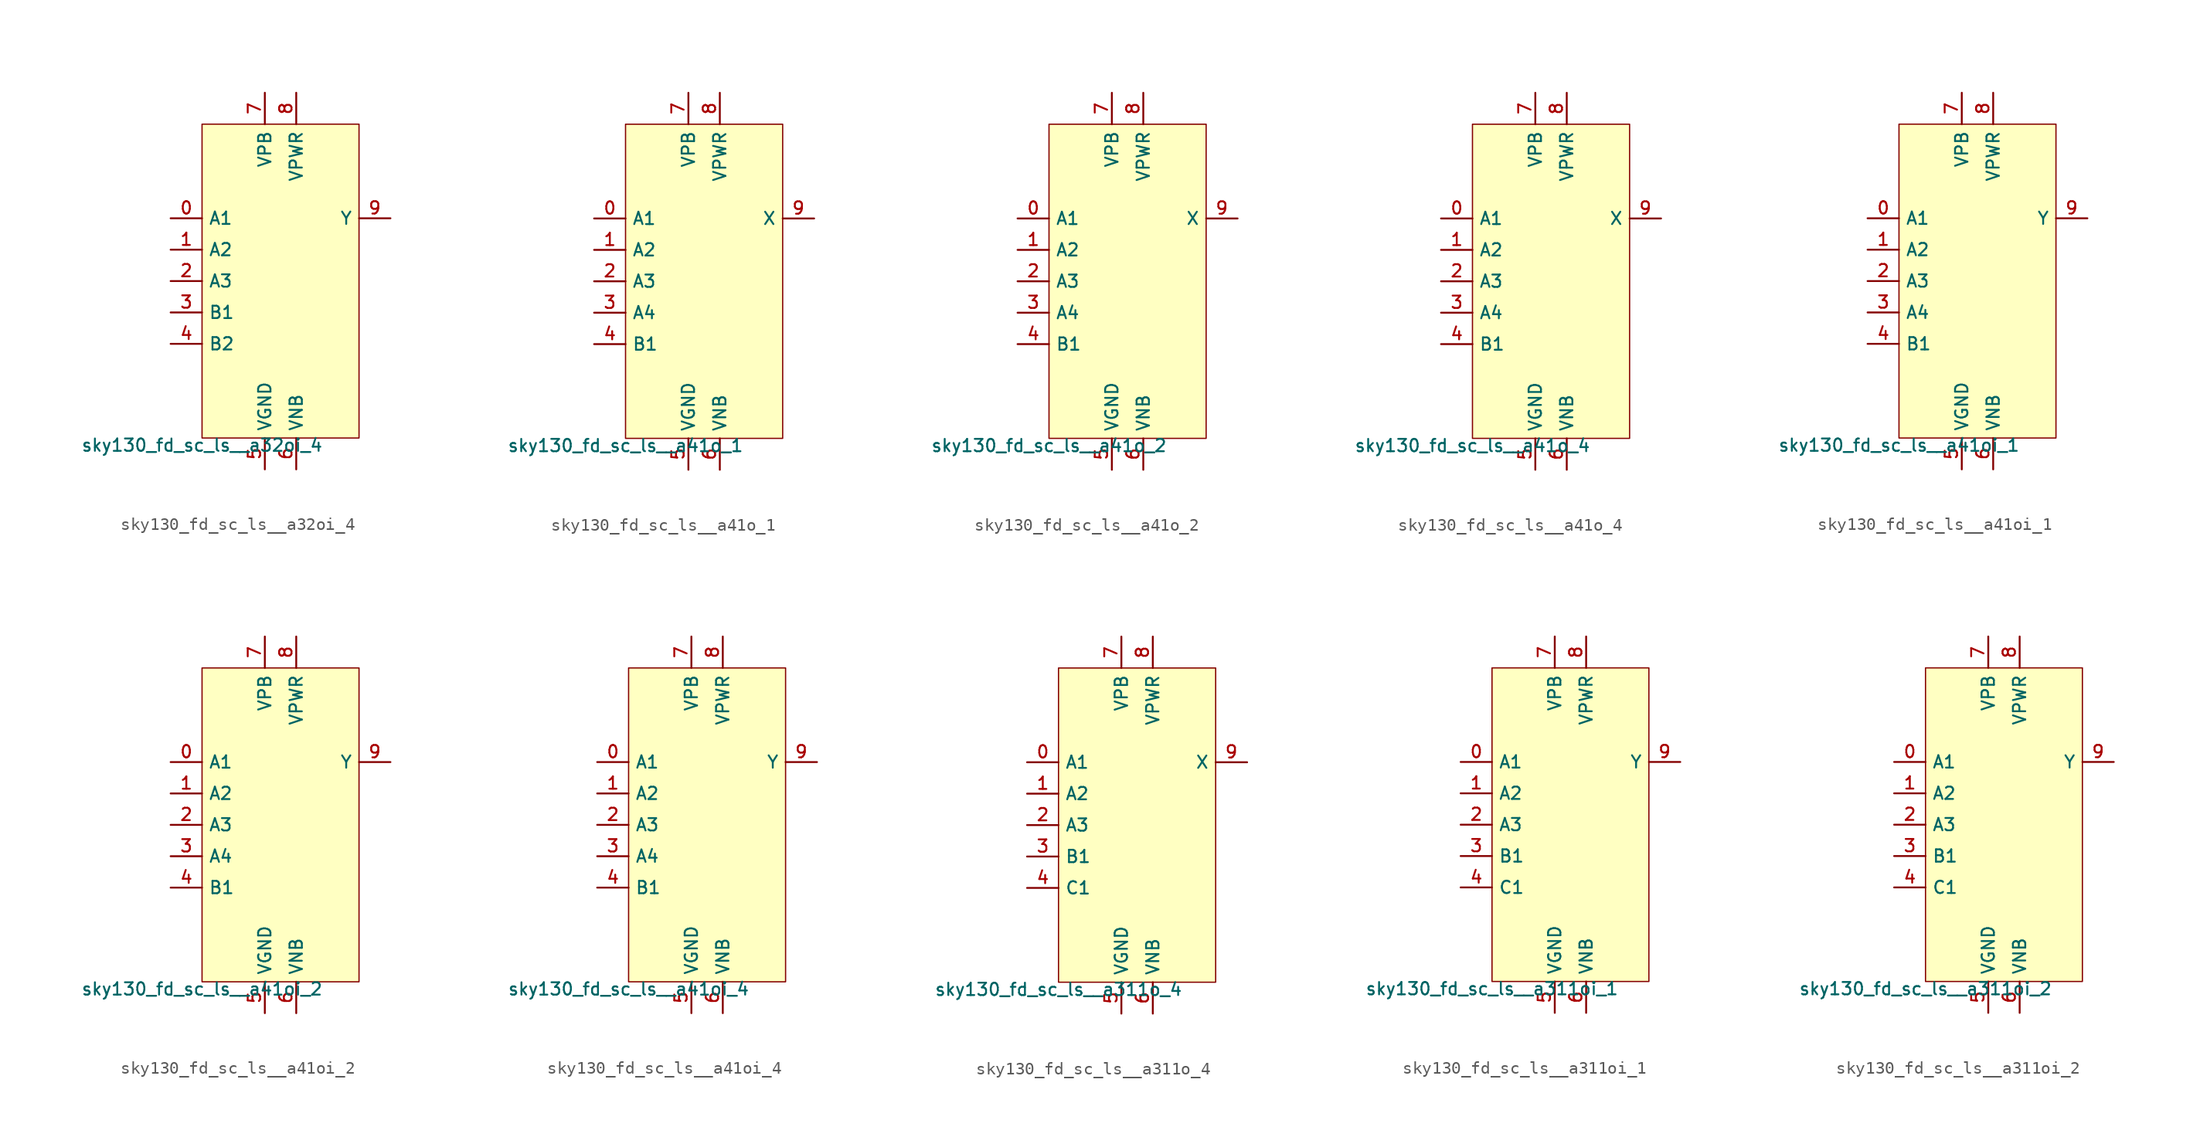
<source format=kicad_sym>
(kicad_symbol_lib
  (version 20211014)
  (generator lef2kicad_sym)
  (symbol "sky130_fd_sc_ls__a32oi_4"
    (property "Reference" "X"
      (at 0 0 0)
      (effects (font (size 1 1)) hide))
    (property "Value" "sky130_fd_sc_ls__a32oi_4"
      (at -6.35 -12.7 0)
      (effects (font (size 1 1)) (justify top)))
    (rectangle
      (start -6.35 -12.7)
      (end 6.35 12.7)
      (stroke (width 0.1) (type solid) (color 0 0 0 0))
      (fill (type background)))
    (pin input line
      (at -8.89 5.08 0)
      (length 2.54)
      (name "A1" (effects (font (size 1 1)) hide))
      (number "0" (effects (font (size 1 1)) hide)))
    (pin input line
      (at -8.89 2.54 0)
      (length 2.54)
      (name "A2" (effects (font (size 1 1)) hide))
      (number "1" (effects (font (size 1 1)) hide)))
    (pin input line
      (at -8.89 -8.881784197001252e-16 0)
      (length 2.54)
      (name "A3" (effects (font (size 1 1)) hide))
      (number "2" (effects (font (size 1 1)) hide)))
    (pin input line
      (at -8.89 -2.54 0)
      (length 2.54)
      (name "B1" (effects (font (size 1 1)) hide))
      (number "3" (effects (font (size 1 1)) hide)))
    (pin input line
      (at -8.89 -5.08 0)
      (length 2.54)
      (name "B2" (effects (font (size 1 1)) hide))
      (number "4" (effects (font (size 1 1)) hide)))
    (pin power_in line
      (at -1.27 -15.24 90)
      (length 2.54)
      (name "VGND" (effects (font (size 1 1)) hide))
      (number "5" (effects (font (size 1 1)) hide)))
    (pin power_in line
      (at 1.27 -15.24 90)
      (length 2.54)
      (name "VNB" (effects (font (size 1 1)) hide))
      (number "6" (effects (font (size 1 1)) hide)))
    (pin power_in line
      (at -1.27 15.24 270)
      (length 2.54)
      (name "VPB" (effects (font (size 1 1)) hide))
      (number "7" (effects (font (size 1 1)) hide)))
    (pin power_in line
      (at 1.27 15.24 270)
      (length 2.54)
      (name "VPWR" (effects (font (size 1 1)) hide))
      (number "8" (effects (font (size 1 1)) hide)))
    (pin output line
      (at 8.89 5.08 180)
      (length 2.54)
      (name "Y" (effects (font (size 1 1)) hide))
      (number "9" (effects (font (size 1 1)) hide))))
  (symbol "sky130_fd_sc_ls__a41o_1"
    (property "Reference" "X"
      (at 0 0 0)
      (effects (font (size 1 1)) hide))
    (property "Value" "sky130_fd_sc_ls__a41o_1"
      (at -6.35 -12.7 0)
      (effects (font (size 1 1)) (justify top)))
    (rectangle
      (start -6.35 -12.7)
      (end 6.35 12.7)
      (stroke (width 0.1) (type solid) (color 0 0 0 0))
      (fill (type background)))
    (pin input line
      (at -8.89 5.08 0)
      (length 2.54)
      (name "A1" (effects (font (size 1 1)) hide))
      (number "0" (effects (font (size 1 1)) hide)))
    (pin input line
      (at -8.89 2.54 0)
      (length 2.54)
      (name "A2" (effects (font (size 1 1)) hide))
      (number "1" (effects (font (size 1 1)) hide)))
    (pin input line
      (at -8.89 -8.881784197001252e-16 0)
      (length 2.54)
      (name "A3" (effects (font (size 1 1)) hide))
      (number "2" (effects (font (size 1 1)) hide)))
    (pin input line
      (at -8.89 -2.54 0)
      (length 2.54)
      (name "A4" (effects (font (size 1 1)) hide))
      (number "3" (effects (font (size 1 1)) hide)))
    (pin input line
      (at -8.89 -5.08 0)
      (length 2.54)
      (name "B1" (effects (font (size 1 1)) hide))
      (number "4" (effects (font (size 1 1)) hide)))
    (pin power_in line
      (at -1.27 -15.24 90)
      (length 2.54)
      (name "VGND" (effects (font (size 1 1)) hide))
      (number "5" (effects (font (size 1 1)) hide)))
    (pin power_in line
      (at 1.27 -15.24 90)
      (length 2.54)
      (name "VNB" (effects (font (size 1 1)) hide))
      (number "6" (effects (font (size 1 1)) hide)))
    (pin power_in line
      (at -1.27 15.24 270)
      (length 2.54)
      (name "VPB" (effects (font (size 1 1)) hide))
      (number "7" (effects (font (size 1 1)) hide)))
    (pin power_in line
      (at 1.27 15.24 270)
      (length 2.54)
      (name "VPWR" (effects (font (size 1 1)) hide))
      (number "8" (effects (font (size 1 1)) hide)))
    (pin output line
      (at 8.89 5.08 180)
      (length 2.54)
      (name "X" (effects (font (size 1 1)) hide))
      (number "9" (effects (font (size 1 1)) hide))))
  (symbol "sky130_fd_sc_ls__a41o_2"
    (property "Reference" "X"
      (at 0 0 0)
      (effects (font (size 1 1)) hide))
    (property "Value" "sky130_fd_sc_ls__a41o_2"
      (at -6.35 -12.7 0)
      (effects (font (size 1 1)) (justify top)))
    (rectangle
      (start -6.35 -12.7)
      (end 6.35 12.7)
      (stroke (width 0.1) (type solid) (color 0 0 0 0))
      (fill (type background)))
    (pin input line
      (at -8.89 5.08 0)
      (length 2.54)
      (name "A1" (effects (font (size 1 1)) hide))
      (number "0" (effects (font (size 1 1)) hide)))
    (pin input line
      (at -8.89 2.54 0)
      (length 2.54)
      (name "A2" (effects (font (size 1 1)) hide))
      (number "1" (effects (font (size 1 1)) hide)))
    (pin input line
      (at -8.89 -8.881784197001252e-16 0)
      (length 2.54)
      (name "A3" (effects (font (size 1 1)) hide))
      (number "2" (effects (font (size 1 1)) hide)))
    (pin input line
      (at -8.89 -2.54 0)
      (length 2.54)
      (name "A4" (effects (font (size 1 1)) hide))
      (number "3" (effects (font (size 1 1)) hide)))
    (pin input line
      (at -8.89 -5.08 0)
      (length 2.54)
      (name "B1" (effects (font (size 1 1)) hide))
      (number "4" (effects (font (size 1 1)) hide)))
    (pin power_in line
      (at -1.27 -15.24 90)
      (length 2.54)
      (name "VGND" (effects (font (size 1 1)) hide))
      (number "5" (effects (font (size 1 1)) hide)))
    (pin power_in line
      (at 1.27 -15.24 90)
      (length 2.54)
      (name "VNB" (effects (font (size 1 1)) hide))
      (number "6" (effects (font (size 1 1)) hide)))
    (pin power_in line
      (at -1.27 15.24 270)
      (length 2.54)
      (name "VPB" (effects (font (size 1 1)) hide))
      (number "7" (effects (font (size 1 1)) hide)))
    (pin power_in line
      (at 1.27 15.24 270)
      (length 2.54)
      (name "VPWR" (effects (font (size 1 1)) hide))
      (number "8" (effects (font (size 1 1)) hide)))
    (pin output line
      (at 8.89 5.08 180)
      (length 2.54)
      (name "X" (effects (font (size 1 1)) hide))
      (number "9" (effects (font (size 1 1)) hide))))
  (symbol "sky130_fd_sc_ls__a41o_4"
    (property "Reference" "X"
      (at 0 0 0)
      (effects (font (size 1 1)) hide))
    (property "Value" "sky130_fd_sc_ls__a41o_4"
      (at -6.35 -12.7 0)
      (effects (font (size 1 1)) (justify top)))
    (rectangle
      (start -6.35 -12.7)
      (end 6.35 12.7)
      (stroke (width 0.1) (type solid) (color 0 0 0 0))
      (fill (type background)))
    (pin input line
      (at -8.89 5.08 0)
      (length 2.54)
      (name "A1" (effects (font (size 1 1)) hide))
      (number "0" (effects (font (size 1 1)) hide)))
    (pin input line
      (at -8.89 2.54 0)
      (length 2.54)
      (name "A2" (effects (font (size 1 1)) hide))
      (number "1" (effects (font (size 1 1)) hide)))
    (pin input line
      (at -8.89 -8.881784197001252e-16 0)
      (length 2.54)
      (name "A3" (effects (font (size 1 1)) hide))
      (number "2" (effects (font (size 1 1)) hide)))
    (pin input line
      (at -8.89 -2.54 0)
      (length 2.54)
      (name "A4" (effects (font (size 1 1)) hide))
      (number "3" (effects (font (size 1 1)) hide)))
    (pin input line
      (at -8.89 -5.08 0)
      (length 2.54)
      (name "B1" (effects (font (size 1 1)) hide))
      (number "4" (effects (font (size 1 1)) hide)))
    (pin power_in line
      (at -1.27 -15.24 90)
      (length 2.54)
      (name "VGND" (effects (font (size 1 1)) hide))
      (number "5" (effects (font (size 1 1)) hide)))
    (pin power_in line
      (at 1.27 -15.24 90)
      (length 2.54)
      (name "VNB" (effects (font (size 1 1)) hide))
      (number "6" (effects (font (size 1 1)) hide)))
    (pin power_in line
      (at -1.27 15.24 270)
      (length 2.54)
      (name "VPB" (effects (font (size 1 1)) hide))
      (number "7" (effects (font (size 1 1)) hide)))
    (pin power_in line
      (at 1.27 15.24 270)
      (length 2.54)
      (name "VPWR" (effects (font (size 1 1)) hide))
      (number "8" (effects (font (size 1 1)) hide)))
    (pin output line
      (at 8.89 5.08 180)
      (length 2.54)
      (name "X" (effects (font (size 1 1)) hide))
      (number "9" (effects (font (size 1 1)) hide))))
  (symbol "sky130_fd_sc_ls__a41oi_1"
    (property "Reference" "X"
      (at 0 0 0)
      (effects (font (size 1 1)) hide))
    (property "Value" "sky130_fd_sc_ls__a41oi_1"
      (at -6.35 -12.7 0)
      (effects (font (size 1 1)) (justify top)))
    (rectangle
      (start -6.35 -12.7)
      (end 6.35 12.7)
      (stroke (width 0.1) (type solid) (color 0 0 0 0))
      (fill (type background)))
    (pin input line
      (at -8.89 5.08 0)
      (length 2.54)
      (name "A1" (effects (font (size 1 1)) hide))
      (number "0" (effects (font (size 1 1)) hide)))
    (pin input line
      (at -8.89 2.54 0)
      (length 2.54)
      (name "A2" (effects (font (size 1 1)) hide))
      (number "1" (effects (font (size 1 1)) hide)))
    (pin input line
      (at -8.89 -8.881784197001252e-16 0)
      (length 2.54)
      (name "A3" (effects (font (size 1 1)) hide))
      (number "2" (effects (font (size 1 1)) hide)))
    (pin input line
      (at -8.89 -2.54 0)
      (length 2.54)
      (name "A4" (effects (font (size 1 1)) hide))
      (number "3" (effects (font (size 1 1)) hide)))
    (pin input line
      (at -8.89 -5.08 0)
      (length 2.54)
      (name "B1" (effects (font (size 1 1)) hide))
      (number "4" (effects (font (size 1 1)) hide)))
    (pin power_in line
      (at -1.27 -15.24 90)
      (length 2.54)
      (name "VGND" (effects (font (size 1 1)) hide))
      (number "5" (effects (font (size 1 1)) hide)))
    (pin power_in line
      (at 1.27 -15.24 90)
      (length 2.54)
      (name "VNB" (effects (font (size 1 1)) hide))
      (number "6" (effects (font (size 1 1)) hide)))
    (pin power_in line
      (at -1.27 15.24 270)
      (length 2.54)
      (name "VPB" (effects (font (size 1 1)) hide))
      (number "7" (effects (font (size 1 1)) hide)))
    (pin power_in line
      (at 1.27 15.24 270)
      (length 2.54)
      (name "VPWR" (effects (font (size 1 1)) hide))
      (number "8" (effects (font (size 1 1)) hide)))
    (pin output line
      (at 8.89 5.08 180)
      (length 2.54)
      (name "Y" (effects (font (size 1 1)) hide))
      (number "9" (effects (font (size 1 1)) hide))))
  (symbol "sky130_fd_sc_ls__a41oi_2"
    (property "Reference" "X"
      (at 0 0 0)
      (effects (font (size 1 1)) hide))
    (property "Value" "sky130_fd_sc_ls__a41oi_2"
      (at -6.35 -12.7 0)
      (effects (font (size 1 1)) (justify top)))
    (rectangle
      (start -6.35 -12.7)
      (end 6.35 12.7)
      (stroke (width 0.1) (type solid) (color 0 0 0 0))
      (fill (type background)))
    (pin input line
      (at -8.89 5.08 0)
      (length 2.54)
      (name "A1" (effects (font (size 1 1)) hide))
      (number "0" (effects (font (size 1 1)) hide)))
    (pin input line
      (at -8.89 2.54 0)
      (length 2.54)
      (name "A2" (effects (font (size 1 1)) hide))
      (number "1" (effects (font (size 1 1)) hide)))
    (pin input line
      (at -8.89 -8.881784197001252e-16 0)
      (length 2.54)
      (name "A3" (effects (font (size 1 1)) hide))
      (number "2" (effects (font (size 1 1)) hide)))
    (pin input line
      (at -8.89 -2.54 0)
      (length 2.54)
      (name "A4" (effects (font (size 1 1)) hide))
      (number "3" (effects (font (size 1 1)) hide)))
    (pin input line
      (at -8.89 -5.08 0)
      (length 2.54)
      (name "B1" (effects (font (size 1 1)) hide))
      (number "4" (effects (font (size 1 1)) hide)))
    (pin power_in line
      (at -1.27 -15.24 90)
      (length 2.54)
      (name "VGND" (effects (font (size 1 1)) hide))
      (number "5" (effects (font (size 1 1)) hide)))
    (pin power_in line
      (at 1.27 -15.24 90)
      (length 2.54)
      (name "VNB" (effects (font (size 1 1)) hide))
      (number "6" (effects (font (size 1 1)) hide)))
    (pin power_in line
      (at -1.27 15.24 270)
      (length 2.54)
      (name "VPB" (effects (font (size 1 1)) hide))
      (number "7" (effects (font (size 1 1)) hide)))
    (pin power_in line
      (at 1.27 15.24 270)
      (length 2.54)
      (name "VPWR" (effects (font (size 1 1)) hide))
      (number "8" (effects (font (size 1 1)) hide)))
    (pin output line
      (at 8.89 5.08 180)
      (length 2.54)
      (name "Y" (effects (font (size 1 1)) hide))
      (number "9" (effects (font (size 1 1)) hide))))
  (symbol "sky130_fd_sc_ls__a41oi_4"
    (property "Reference" "X"
      (at 0 0 0)
      (effects (font (size 1 1)) hide))
    (property "Value" "sky130_fd_sc_ls__a41oi_4"
      (at -6.35 -12.7 0)
      (effects (font (size 1 1)) (justify top)))
    (rectangle
      (start -6.35 -12.7)
      (end 6.35 12.7)
      (stroke (width 0.1) (type solid) (color 0 0 0 0))
      (fill (type background)))
    (pin input line
      (at -8.89 5.08 0)
      (length 2.54)
      (name "A1" (effects (font (size 1 1)) hide))
      (number "0" (effects (font (size 1 1)) hide)))
    (pin input line
      (at -8.89 2.54 0)
      (length 2.54)
      (name "A2" (effects (font (size 1 1)) hide))
      (number "1" (effects (font (size 1 1)) hide)))
    (pin input line
      (at -8.89 -8.881784197001252e-16 0)
      (length 2.54)
      (name "A3" (effects (font (size 1 1)) hide))
      (number "2" (effects (font (size 1 1)) hide)))
    (pin input line
      (at -8.89 -2.54 0)
      (length 2.54)
      (name "A4" (effects (font (size 1 1)) hide))
      (number "3" (effects (font (size 1 1)) hide)))
    (pin input line
      (at -8.89 -5.08 0)
      (length 2.54)
      (name "B1" (effects (font (size 1 1)) hide))
      (number "4" (effects (font (size 1 1)) hide)))
    (pin power_in line
      (at -1.27 -15.24 90)
      (length 2.54)
      (name "VGND" (effects (font (size 1 1)) hide))
      (number "5" (effects (font (size 1 1)) hide)))
    (pin power_in line
      (at 1.27 -15.24 90)
      (length 2.54)
      (name "VNB" (effects (font (size 1 1)) hide))
      (number "6" (effects (font (size 1 1)) hide)))
    (pin power_in line
      (at -1.27 15.24 270)
      (length 2.54)
      (name "VPB" (effects (font (size 1 1)) hide))
      (number "7" (effects (font (size 1 1)) hide)))
    (pin power_in line
      (at 1.27 15.24 270)
      (length 2.54)
      (name "VPWR" (effects (font (size 1 1)) hide))
      (number "8" (effects (font (size 1 1)) hide)))
    (pin output line
      (at 8.89 5.08 180)
      (length 2.54)
      (name "Y" (effects (font (size 1 1)) hide))
      (number "9" (effects (font (size 1 1)) hide))))
  (symbol "sky130_fd_sc_ls__a311o_4"
    (property "Reference" "X"
      (at 0 0 0)
      (effects (font (size 1 1)) hide))
    (property "Value" "sky130_fd_sc_ls__a311o_4"
      (at -6.35 -12.7 0)
      (effects (font (size 1 1)) (justify top)))
    (rectangle
      (start -6.35 -12.7)
      (end 6.35 12.7)
      (stroke (width 0.1) (type solid) (color 0 0 0 0))
      (fill (type background)))
    (pin input line
      (at -8.89 5.08 0)
      (length 2.54)
      (name "A1" (effects (font (size 1 1)) hide))
      (number "0" (effects (font (size 1 1)) hide)))
    (pin input line
      (at -8.89 2.54 0)
      (length 2.54)
      (name "A2" (effects (font (size 1 1)) hide))
      (number "1" (effects (font (size 1 1)) hide)))
    (pin input line
      (at -8.89 -8.881784197001252e-16 0)
      (length 2.54)
      (name "A3" (effects (font (size 1 1)) hide))
      (number "2" (effects (font (size 1 1)) hide)))
    (pin input line
      (at -8.89 -2.54 0)
      (length 2.54)
      (name "B1" (effects (font (size 1 1)) hide))
      (number "3" (effects (font (size 1 1)) hide)))
    (pin input line
      (at -8.89 -5.08 0)
      (length 2.54)
      (name "C1" (effects (font (size 1 1)) hide))
      (number "4" (effects (font (size 1 1)) hide)))
    (pin power_in line
      (at -1.27 -15.24 90)
      (length 2.54)
      (name "VGND" (effects (font (size 1 1)) hide))
      (number "5" (effects (font (size 1 1)) hide)))
    (pin power_in line
      (at 1.27 -15.24 90)
      (length 2.54)
      (name "VNB" (effects (font (size 1 1)) hide))
      (number "6" (effects (font (size 1 1)) hide)))
    (pin power_in line
      (at -1.27 15.24 270)
      (length 2.54)
      (name "VPB" (effects (font (size 1 1)) hide))
      (number "7" (effects (font (size 1 1)) hide)))
    (pin power_in line
      (at 1.27 15.24 270)
      (length 2.54)
      (name "VPWR" (effects (font (size 1 1)) hide))
      (number "8" (effects (font (size 1 1)) hide)))
    (pin output line
      (at 8.89 5.08 180)
      (length 2.54)
      (name "X" (effects (font (size 1 1)) hide))
      (number "9" (effects (font (size 1 1)) hide))))
  (symbol "sky130_fd_sc_ls__a311oi_1"
    (property "Reference" "X"
      (at 0 0 0)
      (effects (font (size 1 1)) hide))
    (property "Value" "sky130_fd_sc_ls__a311oi_1"
      (at -6.35 -12.7 0)
      (effects (font (size 1 1)) (justify top)))
    (rectangle
      (start -6.35 -12.7)
      (end 6.35 12.7)
      (stroke (width 0.1) (type solid) (color 0 0 0 0))
      (fill (type background)))
    (pin input line
      (at -8.89 5.08 0)
      (length 2.54)
      (name "A1" (effects (font (size 1 1)) hide))
      (number "0" (effects (font (size 1 1)) hide)))
    (pin input line
      (at -8.89 2.54 0)
      (length 2.54)
      (name "A2" (effects (font (size 1 1)) hide))
      (number "1" (effects (font (size 1 1)) hide)))
    (pin input line
      (at -8.89 -8.881784197001252e-16 0)
      (length 2.54)
      (name "A3" (effects (font (size 1 1)) hide))
      (number "2" (effects (font (size 1 1)) hide)))
    (pin input line
      (at -8.89 -2.54 0)
      (length 2.54)
      (name "B1" (effects (font (size 1 1)) hide))
      (number "3" (effects (font (size 1 1)) hide)))
    (pin input line
      (at -8.89 -5.08 0)
      (length 2.54)
      (name "C1" (effects (font (size 1 1)) hide))
      (number "4" (effects (font (size 1 1)) hide)))
    (pin power_in line
      (at -1.27 -15.24 90)
      (length 2.54)
      (name "VGND" (effects (font (size 1 1)) hide))
      (number "5" (effects (font (size 1 1)) hide)))
    (pin power_in line
      (at 1.27 -15.24 90)
      (length 2.54)
      (name "VNB" (effects (font (size 1 1)) hide))
      (number "6" (effects (font (size 1 1)) hide)))
    (pin power_in line
      (at -1.27 15.24 270)
      (length 2.54)
      (name "VPB" (effects (font (size 1 1)) hide))
      (number "7" (effects (font (size 1 1)) hide)))
    (pin power_in line
      (at 1.27 15.24 270)
      (length 2.54)
      (name "VPWR" (effects (font (size 1 1)) hide))
      (number "8" (effects (font (size 1 1)) hide)))
    (pin output line
      (at 8.89 5.08 180)
      (length 2.54)
      (name "Y" (effects (font (size 1 1)) hide))
      (number "9" (effects (font (size 1 1)) hide))))
  (symbol "sky130_fd_sc_ls__a311oi_2"
    (property "Reference" "X"
      (at 0 0 0)
      (effects (font (size 1 1)) hide))
    (property "Value" "sky130_fd_sc_ls__a311oi_2"
      (at -6.35 -12.7 0)
      (effects (font (size 1 1)) (justify top)))
    (rectangle
      (start -6.35 -12.7)
      (end 6.35 12.7)
      (stroke (width 0.1) (type solid) (color 0 0 0 0))
      (fill (type background)))
    (pin input line
      (at -8.89 5.08 0)
      (length 2.54)
      (name "A1" (effects (font (size 1 1)) hide))
      (number "0" (effects (font (size 1 1)) hide)))
    (pin input line
      (at -8.89 2.54 0)
      (length 2.54)
      (name "A2" (effects (font (size 1 1)) hide))
      (number "1" (effects (font (size 1 1)) hide)))
    (pin input line
      (at -8.89 -8.881784197001252e-16 0)
      (length 2.54)
      (name "A3" (effects (font (size 1 1)) hide))
      (number "2" (effects (font (size 1 1)) hide)))
    (pin input line
      (at -8.89 -2.54 0)
      (length 2.54)
      (name "B1" (effects (font (size 1 1)) hide))
      (number "3" (effects (font (size 1 1)) hide)))
    (pin input line
      (at -8.89 -5.08 0)
      (length 2.54)
      (name "C1" (effects (font (size 1 1)) hide))
      (number "4" (effects (font (size 1 1)) hide)))
    (pin power_in line
      (at -1.27 -15.24 90)
      (length 2.54)
      (name "VGND" (effects (font (size 1 1)) hide))
      (number "5" (effects (font (size 1 1)) hide)))
    (pin power_in line
      (at 1.27 -15.24 90)
      (length 2.54)
      (name "VNB" (effects (font (size 1 1)) hide))
      (number "6" (effects (font (size 1 1)) hide)))
    (pin power_in line
      (at -1.27 15.24 270)
      (length 2.54)
      (name "VPB" (effects (font (size 1 1)) hide))
      (number "7" (effects (font (size 1 1)) hide)))
    (pin power_in line
      (at 1.27 15.24 270)
      (length 2.54)
      (name "VPWR" (effects (font (size 1 1)) hide))
      (number "8" (effects (font (size 1 1)) hide)))
    (pin output line
      (at 8.89 5.08 180)
      (length 2.54)
      (name "Y" (effects (font (size 1 1)) hide))
      (number "9" (effects (font (size 1 1)) hide)))))
</source>
